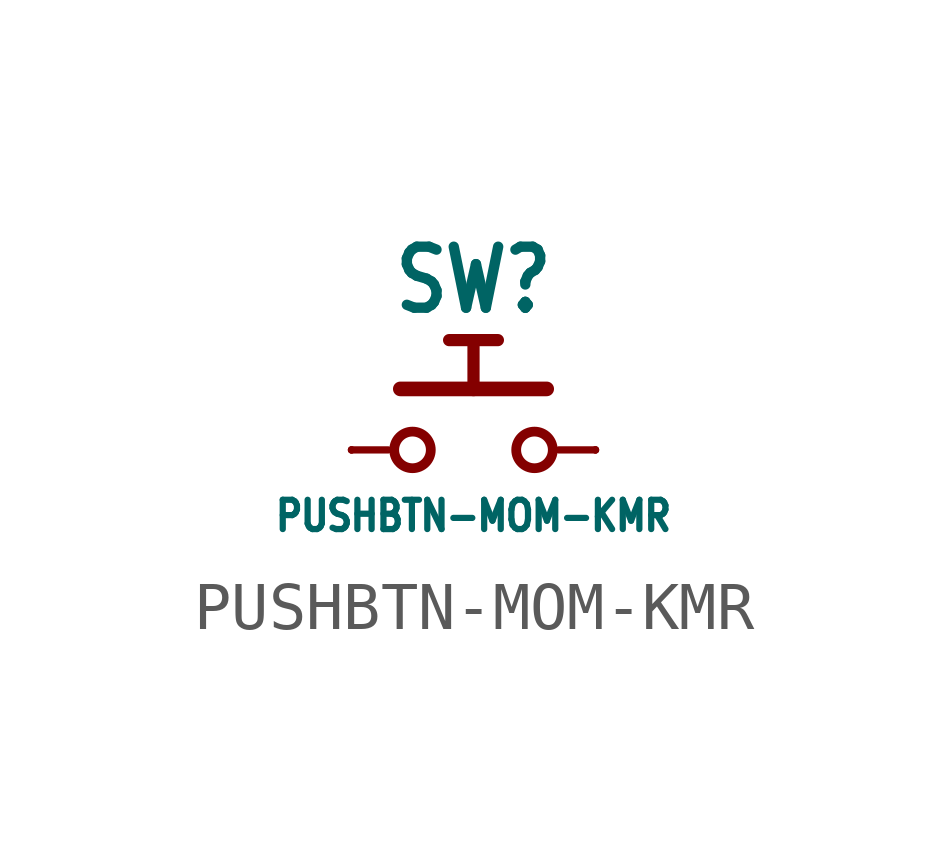
<source format=kicad_sym>
(kicad_symbol_lib
  (version 20211014)
  (generator kicad_symbol_editor)
  (symbol "PUSHBTN-MOM-KMR"
    (property "Reference" "SW"
      (at 0 2.794 0)
      (effects (font (size 1.27 1.079) bold) (justify bottom)))
    (property "Value" "PUSHBTN-MOM-KMR"
      (at 0 -1.016 0)
      (effects (font (size 0.61 0.518)) (justify top)))
    (property "ki_locked" ""
      (at 0 0 0)
      (effects (font (size 1.27 1.27))))
    (symbol "PUSHBTN-MOM-KMR_1_0"
      (circle (center -1.27 0) (radius 0.381) (stroke (width 0.203) (type default) (color 0 0 0 0)) (fill (type none)))
      (polyline (pts (xy -1.778 0) (xy -2.54 0)) (stroke (width 0.152) (type default) (color 0 0 0 0)) (fill (type none)))
      (polyline (pts (xy -1.524 1.27) (xy 0 1.27)) (stroke (width 0.305) (type default) (color 0 0 0 0)) (fill (type none)))
      (polyline (pts (xy 0 1.27) (xy 0 2.286)) (stroke (width 0.254) (type default) (color 0 0 0 0)) (fill (type none)))
      (polyline (pts (xy 0 1.27) (xy 1.524 1.27)) (stroke (width 0.305) (type default) (color 0 0 0 0)) (fill (type none)))
      (polyline (pts (xy 0 2.286) (xy -0.508 2.286)) (stroke (width 0.254) (type default) (color 0 0 0 0)) (fill (type none)))
      (polyline (pts (xy 0 2.286) (xy 0.508 2.286)) (stroke (width 0.254) (type default) (color 0 0 0 0)) (fill (type none)))
      (polyline (pts (xy 1.778 0) (xy 2.54 0)) (stroke (width 0.152) (type default) (color 0 0 0 0)) (fill (type none)))
      (circle (center 1.27 0) (radius 0.381) (stroke (width 0.203) (type default) (color 0 0 0 0)) (fill (type none)))
      (pin passive line (at -2.54 0 0) (length 0) (name "1" (effects (font (size 0 0)))) (number "1" (effects (font (size 0 0)))))
      (pin passive line (at 2.54 0 180) (length 0) (name "2" (effects (font (size 0 0)))) (number "2" (effects (font (size 0 0)))))
      (pin passive line (at 2.54 0 180) (length 0) (name "2" (effects (font (size 0 0)))) (number "3" (effects (font (size 0 0)))))
      (pin passive line (at -2.54 0 0) (length 0) (name "1" (effects (font (size 0 0)))) (number "4" (effects (font (size 0 0))))))))
</source>
